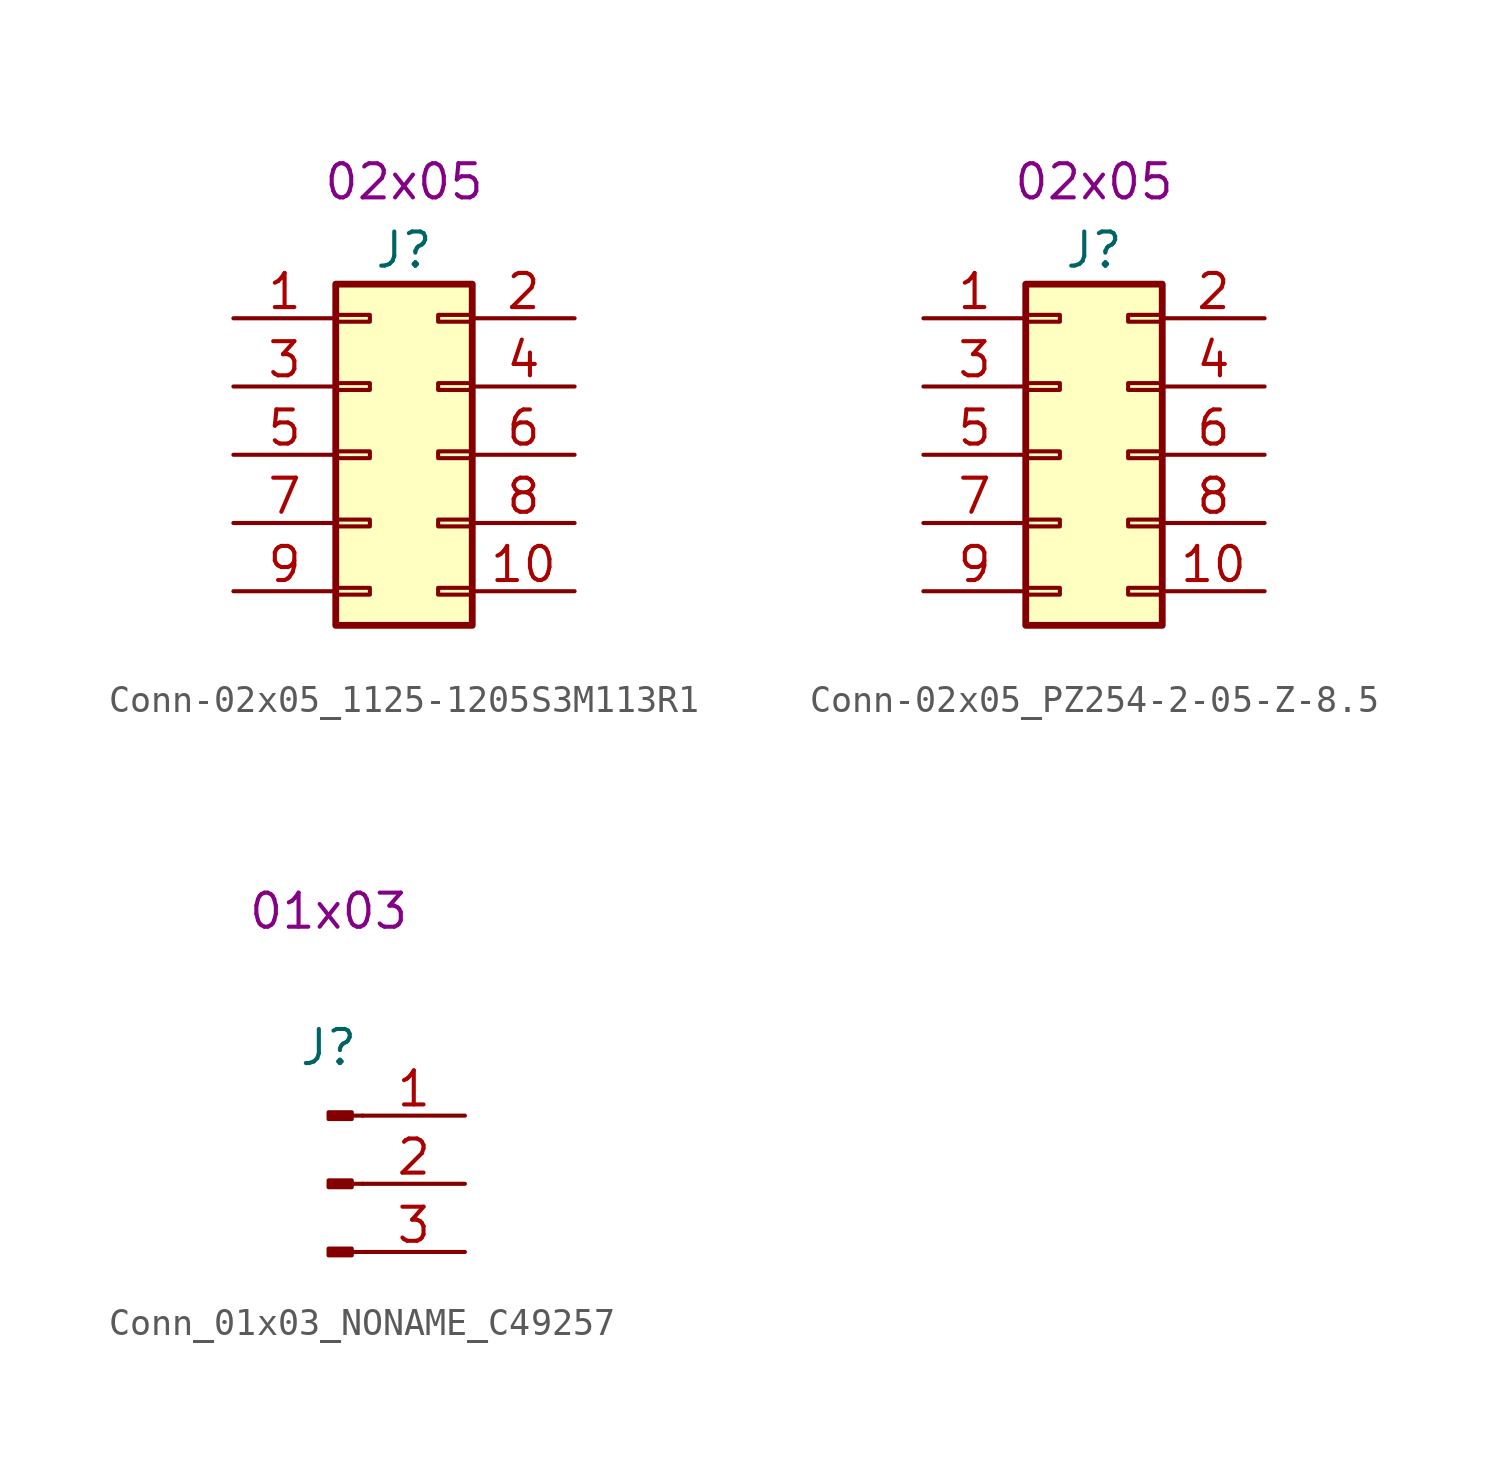
<source format=kicad_sym>
(kicad_symbol_lib
  (version 20220914)
  (generator kicad_symbol_editor)
  (symbol "Conn-02x05_1125-1205S3M113R1"
    (pin_names
      (offset 1.016) hide)
    (property "Reference" "J"
      (at 0 7.62 0)
      (effects (font (size 1.27 1.27))))
    (property "UserValue" "02x05"
      (at 0 10.16 0)
      (effects (font (size 1.27 1.27))))
    (symbol "Conn-02x05_1125-1205S3M113R1_1_1"
      (rectangle (start -2.54 -4.953) (end -1.27 -5.207) (stroke (width 0.152) (type default)) (fill (type none)))
      (rectangle (start -2.54 -2.413) (end -1.27 -2.667) (stroke (width 0.152) (type default)) (fill (type none)))
      (rectangle (start -2.54 0.127) (end -1.27 -0.127) (stroke (width 0.152) (type default)) (fill (type none)))
      (rectangle (start -2.54 2.667) (end -1.27 2.413) (stroke (width 0.152) (type default)) (fill (type none)))
      (rectangle (start -2.54 5.207) (end -1.27 4.953) (stroke (width 0.152) (type default)) (fill (type none)))
      (rectangle (start -2.54 6.35) (end 2.54 -6.35) (stroke (width 0.254) (type default)) (fill (type background)))
      (rectangle (start 2.54 -4.953) (end 1.27 -5.207) (stroke (width 0.152) (type default)) (fill (type none)))
      (rectangle (start 2.54 -2.413) (end 1.27 -2.667) (stroke (width 0.152) (type default)) (fill (type none)))
      (rectangle (start 2.54 0.127) (end 1.27 -0.127) (stroke (width 0.152) (type default)) (fill (type none)))
      (rectangle (start 2.54 2.667) (end 1.27 2.413) (stroke (width 0.152) (type default)) (fill (type none)))
      (rectangle (start 2.54 5.207) (end 1.27 4.953) (stroke (width 0.152) (type default)) (fill (type none)))
      (pin passive line (at -6.35 5.08 0) (length 3.81) (name "Pin_1" (effects (font (size 1.27 1.27)))) (number "1" (effects (font (size 1.27 1.27)))))
      (pin passive line (at 6.35 -5.08 180) (length 3.81) (name "Pin_10" (effects (font (size 1.27 1.27)))) (number "10" (effects (font (size 1.27 1.27)))))
      (pin passive line (at 6.35 5.08 180) (length 3.81) (name "Pin_2" (effects (font (size 1.27 1.27)))) (number "2" (effects (font (size 1.27 1.27)))))
      (pin passive line (at -6.35 2.54 0) (length 3.81) (name "Pin_3" (effects (font (size 1.27 1.27)))) (number "3" (effects (font (size 1.27 1.27)))))
      (pin passive line (at 6.35 2.54 180) (length 3.81) (name "Pin_4" (effects (font (size 1.27 1.27)))) (number "4" (effects (font (size 1.27 1.27)))))
      (pin passive line (at -6.35 0 0) (length 3.81) (name "Pin_5" (effects (font (size 1.27 1.27)))) (number "5" (effects (font (size 1.27 1.27)))))
      (pin passive line (at 6.35 0 180) (length 3.81) (name "Pin_6" (effects (font (size 1.27 1.27)))) (number "6" (effects (font (size 1.27 1.27)))))
      (pin passive line (at -6.35 -2.54 0) (length 3.81) (name "Pin_7" (effects (font (size 1.27 1.27)))) (number "7" (effects (font (size 1.27 1.27)))))
      (pin passive line (at 6.35 -2.54 180) (length 3.81) (name "Pin_8" (effects (font (size 1.27 1.27)))) (number "8" (effects (font (size 1.27 1.27)))))
      (pin passive line (at -6.35 -5.08 0) (length 3.81) (name "Pin_9" (effects (font (size 1.27 1.27)))) (number "9" (effects (font (size 1.27 1.27)))))))
  (symbol "Conn-02x05_PZ254-2-05-Z-8.5"
    (pin_names
      (offset 1.016) hide)
    (property "Reference" "J"
      (at 0 7.62 0)
      (effects (font (size 1.27 1.27))))
    (property "UserValue" "02x05"
      (at 0 10.16 0)
      (effects (font (size 1.27 1.27))))
    (symbol "Conn-02x05_PZ254-2-05-Z-8.5_1_1"
      (rectangle (start -2.54 -4.953) (end -1.27 -5.207) (stroke (width 0.152) (type default)) (fill (type none)))
      (rectangle (start -2.54 -2.413) (end -1.27 -2.667) (stroke (width 0.152) (type default)) (fill (type none)))
      (rectangle (start -2.54 0.127) (end -1.27 -0.127) (stroke (width 0.152) (type default)) (fill (type none)))
      (rectangle (start -2.54 2.667) (end -1.27 2.413) (stroke (width 0.152) (type default)) (fill (type none)))
      (rectangle (start -2.54 5.207) (end -1.27 4.953) (stroke (width 0.152) (type default)) (fill (type none)))
      (rectangle (start -2.54 6.35) (end 2.54 -6.35) (stroke (width 0.254) (type default)) (fill (type background)))
      (rectangle (start 2.54 -4.953) (end 1.27 -5.207) (stroke (width 0.152) (type default)) (fill (type none)))
      (rectangle (start 2.54 -2.413) (end 1.27 -2.667) (stroke (width 0.152) (type default)) (fill (type none)))
      (rectangle (start 2.54 0.127) (end 1.27 -0.127) (stroke (width 0.152) (type default)) (fill (type none)))
      (rectangle (start 2.54 2.667) (end 1.27 2.413) (stroke (width 0.152) (type default)) (fill (type none)))
      (rectangle (start 2.54 5.207) (end 1.27 4.953) (stroke (width 0.152) (type default)) (fill (type none)))
      (pin passive line (at -6.35 5.08 0) (length 3.81) (name "Pin_1" (effects (font (size 1.27 1.27)))) (number "1" (effects (font (size 1.27 1.27)))))
      (pin passive line (at 6.35 -5.08 180) (length 3.81) (name "Pin_10" (effects (font (size 1.27 1.27)))) (number "10" (effects (font (size 1.27 1.27)))))
      (pin passive line (at 6.35 5.08 180) (length 3.81) (name "Pin_2" (effects (font (size 1.27 1.27)))) (number "2" (effects (font (size 1.27 1.27)))))
      (pin passive line (at -6.35 2.54 0) (length 3.81) (name "Pin_3" (effects (font (size 1.27 1.27)))) (number "3" (effects (font (size 1.27 1.27)))))
      (pin passive line (at 6.35 2.54 180) (length 3.81) (name "Pin_4" (effects (font (size 1.27 1.27)))) (number "4" (effects (font (size 1.27 1.27)))))
      (pin passive line (at -6.35 0 0) (length 3.81) (name "Pin_5" (effects (font (size 1.27 1.27)))) (number "5" (effects (font (size 1.27 1.27)))))
      (pin passive line (at 6.35 0 180) (length 3.81) (name "Pin_6" (effects (font (size 1.27 1.27)))) (number "6" (effects (font (size 1.27 1.27)))))
      (pin passive line (at -6.35 -2.54 0) (length 3.81) (name "Pin_7" (effects (font (size 1.27 1.27)))) (number "7" (effects (font (size 1.27 1.27)))))
      (pin passive line (at 6.35 -2.54 180) (length 3.81) (name "Pin_8" (effects (font (size 1.27 1.27)))) (number "8" (effects (font (size 1.27 1.27)))))
      (pin passive line (at -6.35 -5.08 0) (length 3.81) (name "Pin_9" (effects (font (size 1.27 1.27)))) (number "9" (effects (font (size 1.27 1.27)))))))
  (symbol "Conn_01x03_NONAME_C49257"
    (pin_names
      (offset 1.016) hide)
    (property "Reference" "J"
      (at 0 5.08 0)
      (effects (font (size 1.27 1.27))))
    (property "UserValue" "01x03"
      (at 0 10.16 0)
      (effects (font (size 1.27 1.27))))
    (symbol "Conn_01x03_NONAME_C49257_1_1"
      (polyline (pts (xy 1.27 -2.54) (xy 0.864 -2.54)) (stroke (width 0.152) (type default)) (fill (type none)))
      (polyline (pts (xy 1.27 0) (xy 0.864 0)) (stroke (width 0.152) (type default)) (fill (type none)))
      (polyline (pts (xy 1.27 2.54) (xy 0.864 2.54)) (stroke (width 0.152) (type default)) (fill (type none)))
      (rectangle (start 0.864 -2.413) (end 0 -2.667) (stroke (width 0.152) (type default)) (fill (type outline)))
      (rectangle (start 0.864 0.127) (end 0 -0.127) (stroke (width 0.152) (type default)) (fill (type outline)))
      (rectangle (start 0.864 2.667) (end 0 2.413) (stroke (width 0.152) (type default)) (fill (type outline)))
      (pin passive line (at 5.08 2.54 180) (length 3.81) (name "Pin_1" (effects (font (size 1.27 1.27)))) (number "1" (effects (font (size 1.27 1.27)))))
      (pin passive line (at 5.08 0 180) (length 3.81) (name "Pin_2" (effects (font (size 1.27 1.27)))) (number "2" (effects (font (size 1.27 1.27)))))
      (pin passive line (at 5.08 -2.54 180) (length 3.81) (name "Pin_3" (effects (font (size 1.27 1.27)))) (number "3" (effects (font (size 1.27 1.27))))))))
</source>
